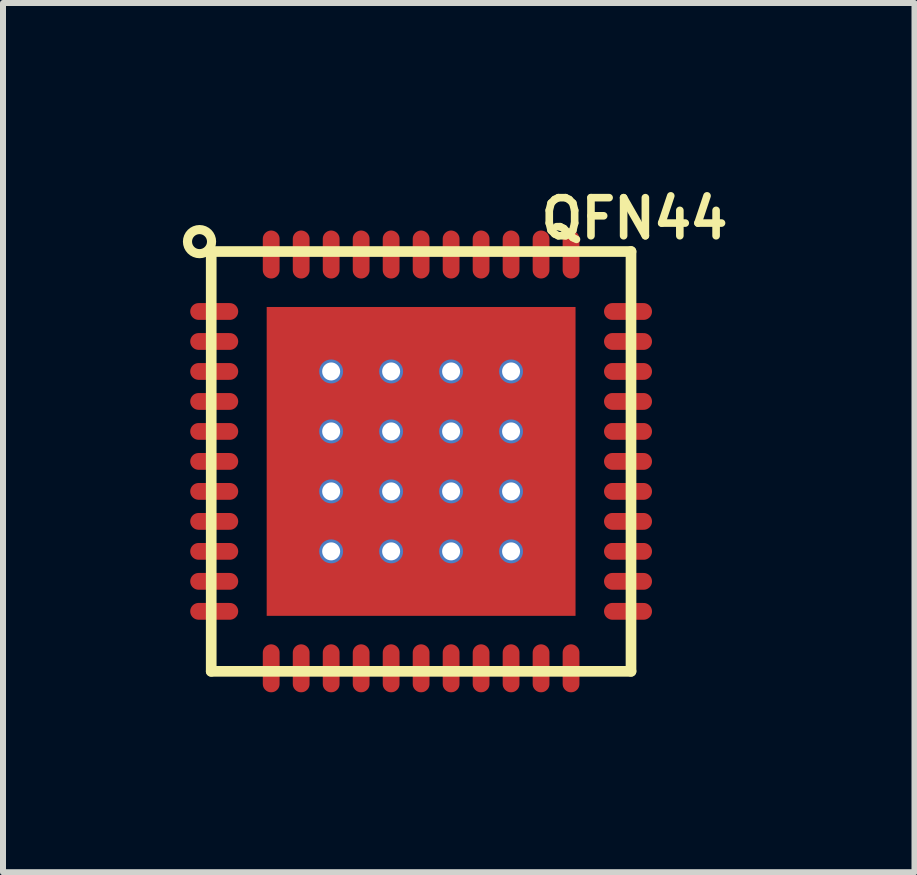
<source format=kicad_pcb>
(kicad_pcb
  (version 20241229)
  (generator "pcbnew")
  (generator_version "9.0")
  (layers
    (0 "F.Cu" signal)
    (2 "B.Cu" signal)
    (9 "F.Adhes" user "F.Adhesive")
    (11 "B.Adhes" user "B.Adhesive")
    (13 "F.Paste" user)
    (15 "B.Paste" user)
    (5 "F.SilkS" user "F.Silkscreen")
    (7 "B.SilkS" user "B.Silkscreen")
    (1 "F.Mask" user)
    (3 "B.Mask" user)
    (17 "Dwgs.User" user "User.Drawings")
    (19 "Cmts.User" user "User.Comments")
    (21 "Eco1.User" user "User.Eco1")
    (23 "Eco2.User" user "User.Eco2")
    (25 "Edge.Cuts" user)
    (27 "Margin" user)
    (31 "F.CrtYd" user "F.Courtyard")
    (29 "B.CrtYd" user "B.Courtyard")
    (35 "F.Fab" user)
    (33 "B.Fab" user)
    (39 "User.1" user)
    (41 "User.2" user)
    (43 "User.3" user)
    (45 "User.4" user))
  (footprint "QFN44"
    (layer "F.Cu")
    (at 3.972 4.644)
    (property "Reference" "QFN44" (at 3.558 -4.05 0) (layer "F.SilkS") (effects (font (size 0.635 0.635) (thickness 0.127))))
    (attr smd)
    (fp_line (start -3.5 -3.5) (end 3.5 -3.5) (stroke (width 0.178) (type solid)) (layer "F.SilkS"))
    (fp_line (start -3.5 3.5) (end -3.5 -3.5) (stroke (width 0.178) (type solid)) (layer "F.SilkS"))
    (fp_line (start 3.5 -3.5) (end 3.5 3.5) (stroke (width 0.178) (type solid)) (layer "F.SilkS"))
    (fp_line (start 3.5 3.5) (end -3.5 3.5) (stroke (width 0.178) (type solid)) (layer "F.SilkS"))
    (fp_circle (center -3.695 -3.665) (end -3.695 -3.464) (stroke (width 0.152) (type solid)) (fill no) (layer "F.SilkS"))
    (pad "" smd circle (at -2 -2 270) (size 0.762 0.762) (layers "F.Paste"))
    (pad "" smd circle (at -2 -1 270) (size 0.762 0.762) (layers "F.Paste"))
    (pad "" smd circle (at -2 0 270) (size 0.762 0.762) (layers "F.Paste"))
    (pad "" smd circle (at -2 1 270) (size 0.762 0.762) (layers "F.Paste"))
    (pad "" smd circle (at -2 2 270) (size 0.762 0.762) (layers "F.Paste"))
    (pad "" smd circle (at -1 -2 270) (size 0.762 0.762) (layers "F.Paste"))
    (pad "" smd circle (at -1 -1 270) (size 0.762 0.762) (layers "F.Paste"))
    (pad "" smd circle (at -1 0 270) (size 0.762 0.762) (layers "F.Paste"))
    (pad "" smd circle (at -1 1 270) (size 0.762 0.762) (layers "F.Paste"))
    (pad "" smd circle (at -1 2 270) (size 0.762 0.762) (layers "F.Paste"))
    (pad "" smd circle (at 0 -2 270) (size 0.762 0.762) (layers "F.Paste"))
    (pad "" smd circle (at 0 -1 270) (size 0.762 0.762) (layers "F.Paste"))
    (pad "" smd circle (at 0 0 270) (size 0.762 0.762) (layers "F.Paste"))
    (pad "" smd circle (at 0 1 270) (size 0.762 0.762) (layers "F.Paste"))
    (pad "" smd circle (at 0 2 270) (size 0.762 0.762) (layers "F.Paste"))
    (pad "" smd circle (at 1 -2 270) (size 0.762 0.762) (layers "F.Paste"))
    (pad "" smd circle (at 1 -1 270) (size 0.762 0.762) (layers "F.Paste"))
    (pad "" smd circle (at 1 0 270) (size 0.762 0.762) (layers "F.Paste"))
    (pad "" smd circle (at 1 1 270) (size 0.762 0.762) (layers "F.Paste"))
    (pad "" smd circle (at 1 2 270) (size 0.762 0.762) (layers "F.Paste"))
    (pad "" smd circle (at 2 -2 270) (size 0.762 0.762) (layers "F.Paste"))
    (pad "" smd circle (at 2 -1 270) (size 0.762 0.762) (layers "F.Paste"))
    (pad "" smd circle (at 2 0 270) (size 0.762 0.762) (layers "F.Paste"))
    (pad "" smd circle (at 2 1 270) (size 0.762 0.762) (layers "F.Paste"))
    (pad "" smd circle (at 2 2 270) (size 0.762 0.762) (layers "F.Paste"))
    (pad "1" smd oval (at -3.45 -2.5) (size 0.8 0.28) (layers "F.Cu" "F.Mask" "F.Paste"))
    (pad "2" smd oval (at -3.45 -2) (size 0.8 0.28) (layers "F.Cu" "F.Mask" "F.Paste"))
    (pad "3" smd oval (at -3.45 -1.5) (size 0.8 0.28) (layers "F.Cu" "F.Mask" "F.Paste"))
    (pad "4" smd oval (at -3.45 -1) (size 0.8 0.28) (layers "F.Cu" "F.Mask" "F.Paste"))
    (pad "5" smd oval (at -3.45 -0.5) (size 0.8 0.28) (layers "F.Cu" "F.Mask" "F.Paste"))
    (pad "6" smd oval (at -3.45 0) (size 0.8 0.28) (layers "F.Cu" "F.Mask" "F.Paste"))
    (pad "7" smd oval (at -3.45 0.5) (size 0.8 0.28) (layers "F.Cu" "F.Mask" "F.Paste"))
    (pad "8" smd oval (at -3.45 1) (size 0.8 0.28) (layers "F.Cu" "F.Mask" "F.Paste"))
    (pad "9" smd oval (at -3.45 1.5) (size 0.8 0.28) (layers "F.Cu" "F.Mask" "F.Paste"))
    (pad "10" smd oval (at -3.45 2) (size 0.8 0.28) (layers "F.Cu" "F.Mask" "F.Paste"))
    (pad "11" smd oval (at -3.45 2.5) (size 0.8 0.28) (layers "F.Cu" "F.Mask" "F.Paste"))
    (pad "12" smd oval (at -2.5 3.45 90) (size 0.8 0.28) (layers "F.Cu" "F.Mask" "F.Paste"))
    (pad "13" smd oval (at -2 3.45 90) (size 0.8 0.28) (layers "F.Cu" "F.Mask" "F.Paste"))
    (pad "14" smd oval (at -1.5 3.45 90) (size 0.8 0.28) (layers "F.Cu" "F.Mask" "F.Paste"))
    (pad "15" smd oval (at -1 3.45 90) (size 0.8 0.28) (layers "F.Cu" "F.Mask" "F.Paste"))
    (pad "16" smd oval (at -0.5 3.45 90) (size 0.8 0.28) (layers "F.Cu" "F.Mask" "F.Paste"))
    (pad "17" smd oval (at 0 3.45 90) (size 0.8 0.28) (layers "F.Cu" "F.Mask" "F.Paste"))
    (pad "18" smd oval (at 0.5 3.45 90) (size 0.8 0.28) (layers "F.Cu" "F.Mask" "F.Paste"))
    (pad "19" smd oval (at 1 3.45 90) (size 0.8 0.28) (layers "F.Cu" "F.Mask" "F.Paste"))
    (pad "20" smd oval (at 1.5 3.45 90) (size 0.8 0.28) (layers "F.Cu" "F.Mask" "F.Paste"))
    (pad "21" smd oval (at 2 3.45 90) (size 0.8 0.28) (layers "F.Cu" "F.Mask" "F.Paste"))
    (pad "22" smd oval (at 2.5 3.45 90) (size 0.8 0.28) (layers "F.Cu" "F.Mask" "F.Paste"))
    (pad "23" smd oval (at 3.45 2.5 180) (size 0.8 0.28) (layers "F.Cu" "F.Mask" "F.Paste"))
    (pad "24" smd oval (at 3.45 2 180) (size 0.8 0.28) (layers "F.Cu" "F.Mask" "F.Paste"))
    (pad "25" smd oval (at 3.45 1.5 180) (size 0.8 0.28) (layers "F.Cu" "F.Mask" "F.Paste"))
    (pad "26" smd oval (at 3.45 1 180) (size 0.8 0.28) (layers "F.Cu" "F.Mask" "F.Paste"))
    (pad "27" smd oval (at 3.45 0.5 180) (size 0.8 0.28) (layers "F.Cu" "F.Mask" "F.Paste"))
    (pad "28" smd oval (at 3.45 0 180) (size 0.8 0.28) (layers "F.Cu" "F.Mask" "F.Paste"))
    (pad "29" smd oval (at 3.45 -0.5 180) (size 0.8 0.28) (layers "F.Cu" "F.Mask" "F.Paste"))
    (pad "30" smd oval (at 3.45 -1 180) (size 0.8 0.28) (layers "F.Cu" "F.Mask" "F.Paste"))
    (pad "31" smd oval (at 3.45 -1.5 180) (size 0.8 0.28) (layers "F.Cu" "F.Mask" "F.Paste"))
    (pad "32" smd oval (at 3.45 -2 180) (size 0.8 0.28) (layers "F.Cu" "F.Mask" "F.Paste"))
    (pad "33" smd oval (at 3.45 -2.5 180) (size 0.8 0.28) (layers "F.Cu" "F.Mask" "F.Paste"))
    (pad "34" smd oval (at 2.5 -3.45 270) (size 0.8 0.28) (layers "F.Cu" "F.Mask" "F.Paste"))
    (pad "35" smd oval (at 2 -3.45 270) (size 0.8 0.28) (layers "F.Cu" "F.Mask" "F.Paste"))
    (pad "36" smd oval (at 1.5 -3.45 270) (size 0.8 0.28) (layers "F.Cu" "F.Mask" "F.Paste"))
    (pad "37" smd oval (at 1 -3.45 270) (size 0.8 0.28) (layers "F.Cu" "F.Mask" "F.Paste"))
    (pad "38" smd oval (at 0.5 -3.45 270) (size 0.8 0.28) (layers "F.Cu" "F.Mask" "F.Paste"))
    (pad "39" smd oval (at 0 -3.45 270) (size 0.8 0.28) (layers "F.Cu" "F.Mask" "F.Paste"))
    (pad "40" smd oval (at -0.5 -3.45 270) (size 0.8 0.28) (layers "F.Cu" "F.Mask" "F.Paste"))
    (pad "41" smd oval (at -1 -3.45 270) (size 0.8 0.28) (layers "F.Cu" "F.Mask" "F.Paste"))
    (pad "42" smd oval (at -1.5 -3.45 270) (size 0.8 0.28) (layers "F.Cu" "F.Mask" "F.Paste"))
    (pad "43" smd oval (at -2 -3.45 270) (size 0.8 0.28) (layers "F.Cu" "F.Mask" "F.Paste"))
    (pad "44" smd oval (at -2.5 -3.45 270) (size 0.8 0.28) (layers "F.Cu" "F.Mask" "F.Paste"))
    (pad "45" thru_hole circle (at -1.5 -1.5 90) (size 0.399 0.399) (drill 0.3) (layers "*.Cu"))
    (pad "45" thru_hole circle (at -1.5 -0.5 90) (size 0.399 0.399) (drill 0.3) (layers "*.Cu"))
    (pad "45" thru_hole circle (at -1.5 0.5 90) (size 0.399 0.399) (drill 0.3) (layers "*.Cu"))
    (pad "45" thru_hole circle (at -1.5 1.5 90) (size 0.399 0.399) (drill 0.3) (layers "*.Cu"))
    (pad "45" thru_hole circle (at -0.5 -1.5 90) (size 0.399 0.399) (drill 0.3) (layers "*.Cu"))
    (pad "45" thru_hole circle (at -0.5 -0.5 90) (size 0.399 0.399) (drill 0.3) (layers "*.Cu"))
    (pad "45" thru_hole circle (at -0.5 0.5 90) (size 0.399 0.399) (drill 0.3) (layers "*.Cu"))
    (pad "45" thru_hole circle (at -0.5 1.5 90) (size 0.399 0.399) (drill 0.3) (layers "*.Cu"))
    (pad "45" smd rect (at 0 0 270) (size 5.15 5.15) (layers "F.Cu" "F.Mask"))
    (pad "45" thru_hole circle (at 0.5 -1.5 90) (size 0.399 0.399) (drill 0.3) (layers "*.Cu"))
    (pad "45" thru_hole circle (at 0.5 -0.5 90) (size 0.399 0.399) (drill 0.3) (layers "*.Cu"))
    (pad "45" thru_hole circle (at 0.5 0.5 90) (size 0.399 0.399) (drill 0.3) (layers "*.Cu"))
    (pad "45" thru_hole circle (at 0.5 1.5 90) (size 0.399 0.399) (drill 0.3) (layers "*.Cu"))
    (pad "45" thru_hole circle (at 1.5 -1.5 90) (size 0.399 0.399) (drill 0.3) (layers "*.Cu"))
    (pad "45" thru_hole circle (at 1.5 -0.5 90) (size 0.399 0.399) (drill 0.3) (layers "*.Cu"))
    (pad "45" thru_hole circle (at 1.5 0.5 90) (size 0.399 0.399) (drill 0.3) (layers "*.Cu"))
    (pad "45" thru_hole circle (at 1.5 1.5 90) (size 0.399 0.399) (drill 0.3) (layers "*.Cu")))
  (gr_rect
    (start -3 -3)
    (end 12.199 11.494)
    (stroke (width 0.1) (type default))
    (fill no)
    (layer "Edge.Cuts")))
</source>
